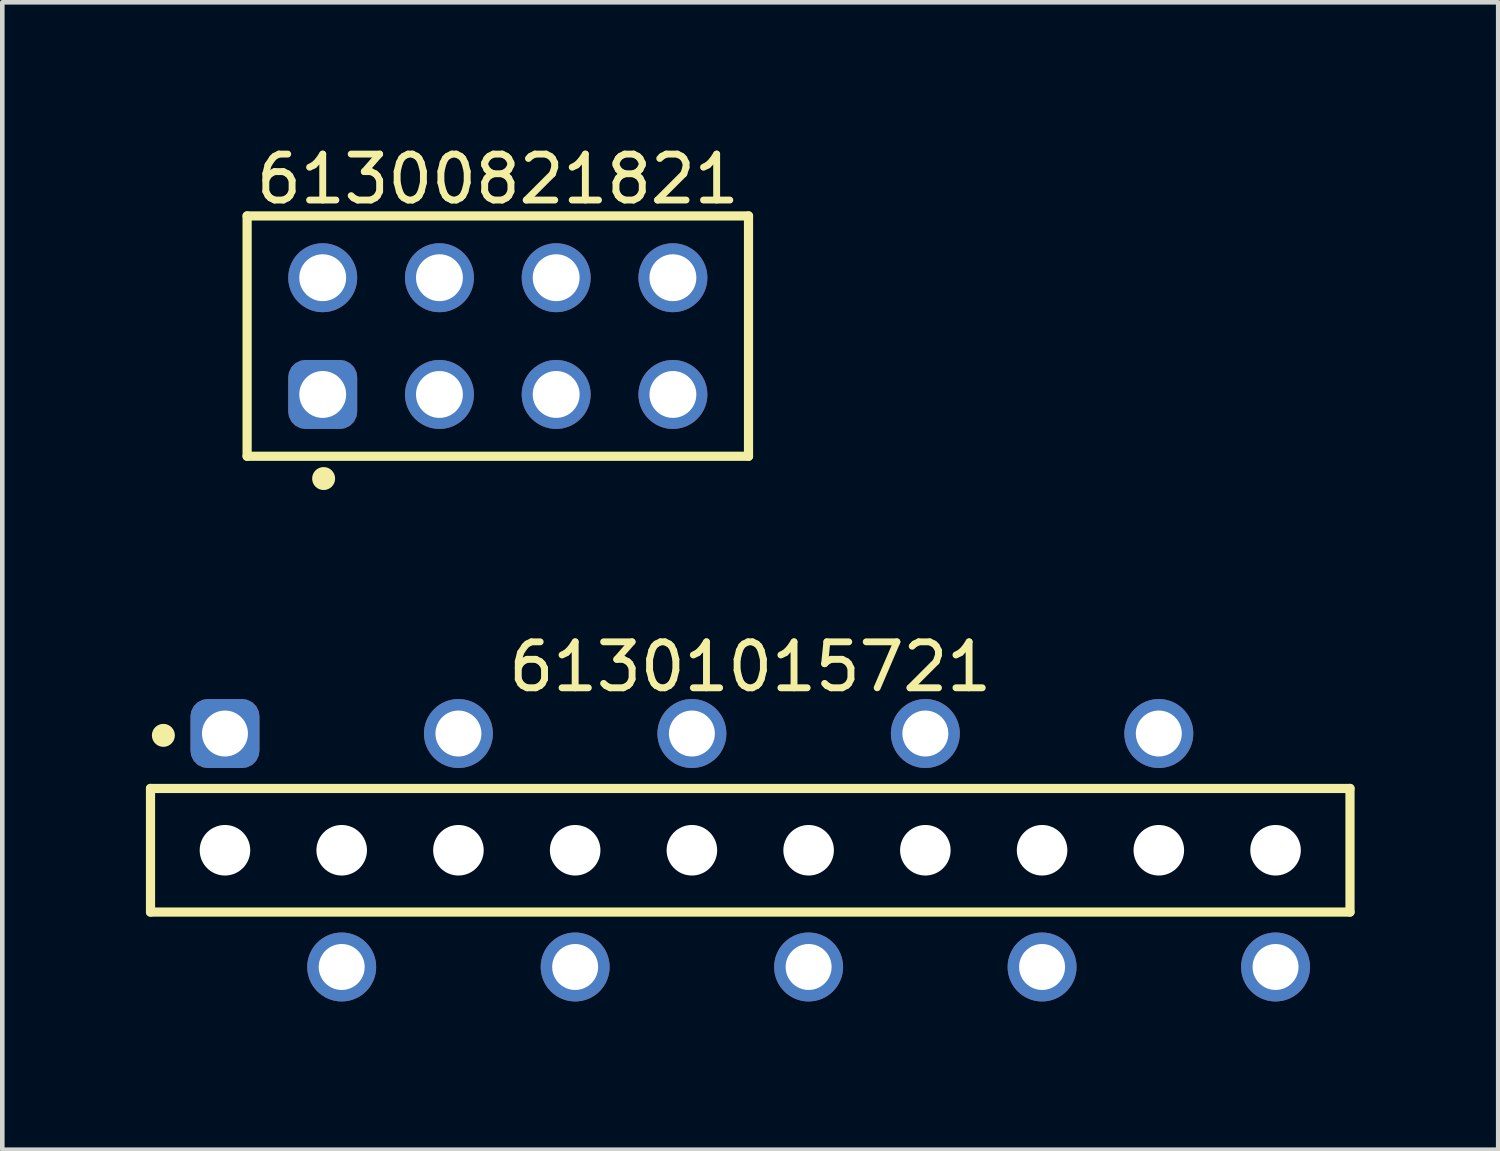
<source format=kicad_pcb>
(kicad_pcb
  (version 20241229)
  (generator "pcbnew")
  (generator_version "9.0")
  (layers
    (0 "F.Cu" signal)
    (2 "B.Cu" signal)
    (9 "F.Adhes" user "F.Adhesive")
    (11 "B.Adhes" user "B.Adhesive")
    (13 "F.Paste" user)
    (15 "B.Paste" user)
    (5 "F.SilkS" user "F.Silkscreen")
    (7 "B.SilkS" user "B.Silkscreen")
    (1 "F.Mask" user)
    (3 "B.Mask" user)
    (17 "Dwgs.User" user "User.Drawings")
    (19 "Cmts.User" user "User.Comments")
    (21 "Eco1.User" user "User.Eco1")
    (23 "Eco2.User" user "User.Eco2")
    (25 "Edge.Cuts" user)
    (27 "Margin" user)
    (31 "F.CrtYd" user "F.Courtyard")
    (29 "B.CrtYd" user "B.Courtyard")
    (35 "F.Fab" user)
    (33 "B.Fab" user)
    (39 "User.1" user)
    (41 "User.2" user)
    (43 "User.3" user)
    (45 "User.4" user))
  (footprint "61300821821"
    (layer "F.Cu")
    (at 7.782 4.263)
    (property "Reference" "61300821821" (at 0 -3.415 0) (layer "F.SilkS") (effects (font (size 1 1) (thickness 0.15))))
    (fp_line (start -5.455 -2.615) (end 5.455 -2.615) (stroke (width 0.2) (type solid)) (layer "F.SilkS"))
    (fp_line (start -5.455 2.615) (end -5.455 -2.615) (stroke (width 0.2) (type solid)) (layer "F.SilkS"))
    (fp_line (start -5.455 2.615) (end 5.455 2.615) (stroke (width 0.2) (type solid)) (layer "F.SilkS"))
    (fp_line (start 5.455 2.615) (end 5.455 -2.615) (stroke (width 0.2) (type solid)) (layer "F.SilkS"))
    (fp_circle (center -3.79 3.1) (end -3.79 2.975) (stroke (width 0.25) (type solid)) (fill no) (layer "F.SilkS"))
    (fp_line (start -5.655 -2.815) (end 5.655 -2.815) (stroke (width 0.05) (type solid)) (layer "Eco2.User"))
    (fp_line (start -5.655 2.815) (end -5.655 -2.815) (stroke (width 0.05) (type solid)) (layer "Eco2.User"))
    (fp_line (start -5.655 2.815) (end 5.655 2.815) (stroke (width 0.05) (type solid)) (layer "Eco2.User"))
    (fp_line (start -5.33 -2.54) (end 5.33 -2.54) (stroke (width 0.1) (type solid)) (layer "Eco2.User"))
    (fp_line (start -5.33 2.54) (end -5.33 -2.54) (stroke (width 0.1) (type solid)) (layer "Eco2.User"))
    (fp_line (start -5.33 2.54) (end 5.33 2.54) (stroke (width 0.1) (type solid)) (layer "Eco2.User"))
    (fp_line (start -0.5 0) (end 0.5 0) (stroke (width 0.05) (type solid)) (layer "Eco2.User"))
    (fp_line (start 0 0.5) (end 0 -0.5) (stroke (width 0.05) (type solid)) (layer "Eco2.User"))
    (fp_line (start 5.33 2.54) (end 5.33 -2.54) (stroke (width 0.1) (type solid)) (layer "Eco2.User"))
    (fp_line (start 5.655 2.815) (end 5.655 -2.815) (stroke (width 0.05) (type solid)) (layer "Eco2.User"))
    (fp_text user "${REFERENCE}" (at 0.15 -0.197 0) (unlocked yes) (layer "User.3") (effects (font (size 1.5 1.5) (thickness 0.15))))
    (pad "1" thru_hole roundrect (at -3.81 1.27) (size 1.5 1.5) (drill 1.02) (layers "*.Cu" "*.Mask") (roundrect_rratio 0.25))
    (pad "2" thru_hole circle (at -3.81 -1.27) (size 1.5 1.5) (drill 1.02) (layers "*.Cu" "*.Mask"))
    (pad "3" thru_hole circle (at -1.27 1.27) (size 1.5 1.5) (drill 1.02) (layers "*.Cu" "*.Mask"))
    (pad "4" thru_hole circle (at -1.27 -1.27) (size 1.5 1.5) (drill 1.02) (layers "*.Cu" "*.Mask"))
    (pad "5" thru_hole circle (at 1.27 1.27) (size 1.5 1.5) (drill 1.02) (layers "*.Cu" "*.Mask"))
    (pad "6" thru_hole circle (at 1.27 -1.27) (size 1.5 1.5) (drill 1.02) (layers "*.Cu" "*.Mask"))
    (pad "7" thru_hole circle (at 3.81 1.27) (size 1.5 1.5) (drill 1.02) (layers "*.Cu" "*.Mask"))
    (pad "8" thru_hole circle (at 3.81 -1.27) (size 1.5 1.5) (drill 1.02) (layers "*.Cu" "*.Mask")))
  (footprint "61301015721"
    (layer "F.Cu")
    (at 13.275 15.451)
    (property "Reference" "61301015721" (at 0 -3.99 0) (layer "F.SilkS") (effects (font (size 1 1) (thickness 0.15))))
    (fp_line (start -13.05 -1.345) (end 13.05 -1.345) (stroke (width 0.2) (type solid)) (layer "F.SilkS"))
    (fp_line (start -13.05 1.345) (end -13.05 -1.345) (stroke (width 0.2) (type solid)) (layer "F.SilkS"))
    (fp_line (start -13.05 1.345) (end 13.05 1.345) (stroke (width 0.2) (type solid)) (layer "F.SilkS"))
    (fp_line (start 13.05 1.345) (end 13.05 -1.345) (stroke (width 0.2) (type solid)) (layer "F.SilkS"))
    (fp_circle (center -12.77 -2.5) (end -12.77 -2.625) (stroke (width 0.25) (type solid)) (fill no) (layer "F.SilkS"))
    (fp_line (start -13.25 -3.49) (end 13.25 -3.49) (stroke (width 0.05) (type solid)) (layer "Eco2.User"))
    (fp_line (start -13.25 3.49) (end -13.25 -3.49) (stroke (width 0.05) (type solid)) (layer "Eco2.User"))
    (fp_line (start -13.25 3.49) (end 13.25 3.49) (stroke (width 0.05) (type solid)) (layer "Eco2.User"))
    (fp_line (start -12.95 -1.27) (end 12.95 -1.27) (stroke (width 0.1) (type solid)) (layer "Eco2.User"))
    (fp_line (start -12.95 1.27) (end -12.95 -1.27) (stroke (width 0.1) (type solid)) (layer "Eco2.User"))
    (fp_line (start -12.95 1.27) (end 12.95 1.27) (stroke (width 0.1) (type solid)) (layer "Eco2.User"))
    (fp_line (start -11.83 -2.665) (end -11.03 -2.665) (stroke (width 0.1) (type solid)) (layer "Eco2.User"))
    (fp_line (start -11.83 -1.27) (end -11.83 -2.665) (stroke (width 0.1) (type solid)) (layer "Eco2.User"))
    (fp_line (start -11.03 -1.27) (end -11.03 -2.665) (stroke (width 0.1) (type solid)) (layer "Eco2.User"))
    (fp_line (start -9.29 2.665) (end -9.29 1.27) (stroke (width 0.1) (type solid)) (layer "Eco2.User"))
    (fp_line (start -9.29 2.665) (end -8.49 2.665) (stroke (width 0.1) (type solid)) (layer "Eco2.User"))
    (fp_line (start -8.49 2.665) (end -8.49 1.27) (stroke (width 0.1) (type solid)) (layer "Eco2.User"))
    (fp_line (start -6.75 -2.665) (end -5.95 -2.665) (stroke (width 0.1) (type solid)) (layer "Eco2.User"))
    (fp_line (start -6.75 -1.27) (end -6.75 -2.665) (stroke (width 0.1) (type solid)) (layer "Eco2.User"))
    (fp_line (start -5.95 -1.27) (end -5.95 -2.665) (stroke (width 0.1) (type solid)) (layer "Eco2.User"))
    (fp_line (start -4.21 2.665) (end -4.21 1.27) (stroke (width 0.1) (type solid)) (layer "Eco2.User"))
    (fp_line (start -4.21 2.665) (end -3.41 2.665) (stroke (width 0.1) (type solid)) (layer "Eco2.User"))
    (fp_line (start -3.41 2.665) (end -3.41 1.27) (stroke (width 0.1) (type solid)) (layer "Eco2.User"))
    (fp_line (start -1.67 -2.665) (end -0.87 -2.665) (stroke (width 0.1) (type solid)) (layer "Eco2.User"))
    (fp_line (start -1.67 -1.27) (end -1.67 -2.665) (stroke (width 0.1) (type solid)) (layer "Eco2.User"))
    (fp_line (start -0.87 -1.27) (end -0.87 -2.665) (stroke (width 0.1) (type solid)) (layer "Eco2.User"))
    (fp_line (start -0.5 0) (end 0.5 0) (stroke (width 0.05) (type solid)) (layer "Eco2.User"))
    (fp_line (start 0 0.5) (end 0 -0.5) (stroke (width 0.05) (type solid)) (layer "Eco2.User"))
    (fp_line (start 0.87 2.665) (end 0.87 1.27) (stroke (width 0.1) (type solid)) (layer "Eco2.User"))
    (fp_line (start 0.87 2.665) (end 1.67 2.665) (stroke (width 0.1) (type solid)) (layer "Eco2.User"))
    (fp_line (start 1.67 2.665) (end 1.67 1.27) (stroke (width 0.1) (type solid)) (layer "Eco2.User"))
    (fp_line (start 3.41 -2.665) (end 4.21 -2.665) (stroke (width 0.1) (type solid)) (layer "Eco2.User"))
    (fp_line (start 3.41 -1.27) (end 3.41 -2.665) (stroke (width 0.1) (type solid)) (layer "Eco2.User"))
    (fp_line (start 4.21 -1.27) (end 4.21 -2.665) (stroke (width 0.1) (type solid)) (layer "Eco2.User"))
    (fp_line (start 5.95 2.665) (end 5.95 1.27) (stroke (width 0.1) (type solid)) (layer "Eco2.User"))
    (fp_line (start 5.95 2.665) (end 6.75 2.665) (stroke (width 0.1) (type solid)) (layer "Eco2.User"))
    (fp_line (start 6.75 2.665) (end 6.75 1.27) (stroke (width 0.1) (type solid)) (layer "Eco2.User"))
    (fp_line (start 8.49 -2.665) (end 9.29 -2.665) (stroke (width 0.1) (type solid)) (layer "Eco2.User"))
    (fp_line (start 8.49 -1.27) (end 8.49 -2.665) (stroke (width 0.1) (type solid)) (layer "Eco2.User"))
    (fp_line (start 9.29 -1.27) (end 9.29 -2.665) (stroke (width 0.1) (type solid)) (layer "Eco2.User"))
    (fp_line (start 11.03 2.665) (end 11.03 1.27) (stroke (width 0.1) (type solid)) (layer "Eco2.User"))
    (fp_line (start 11.03 2.665) (end 11.83 2.665) (stroke (width 0.1) (type solid)) (layer "Eco2.User"))
    (fp_line (start 11.83 2.665) (end 11.83 1.27) (stroke (width 0.1) (type solid)) (layer "Eco2.User"))
    (fp_line (start 12.95 1.27) (end 12.95 -1.27) (stroke (width 0.1) (type solid)) (layer "Eco2.User"))
    (fp_line (start 13.25 3.49) (end 13.25 -3.49) (stroke (width 0.05) (type solid)) (layer "Eco2.User"))
    (fp_text user "${REFERENCE}" (at 0.15 -0.197 0) (unlocked yes) (layer "User.3") (effects (font (size 1.5 1.5) (thickness 0.15))))
    (pad "" np_thru_hole circle (at -11.43 0 180) (size 1.1 1.1) (drill 1.1) (layers "*.Cu" "*.Mask"))
    (pad "" np_thru_hole circle (at -8.89 0 180) (size 1.1 1.1) (drill 1.1) (layers "*.Cu" "*.Mask"))
    (pad "" np_thru_hole circle (at -6.35 0 180) (size 1.1 1.1) (drill 1.1) (layers "*.Cu" "*.Mask"))
    (pad "" np_thru_hole circle (at -3.81 0 180) (size 1.1 1.1) (drill 1.1) (layers "*.Cu" "*.Mask"))
    (pad "" np_thru_hole circle (at -1.27 0 180) (size 1.1 1.1) (drill 1.1) (layers "*.Cu" "*.Mask"))
    (pad "" np_thru_hole circle (at 1.27 0 180) (size 1.1 1.1) (drill 1.1) (layers "*.Cu" "*.Mask"))
    (pad "" np_thru_hole circle (at 3.81 0 180) (size 1.1 1.1) (drill 1.1) (layers "*.Cu" "*.Mask"))
    (pad "" np_thru_hole circle (at 6.35 0 180) (size 1.1 1.1) (drill 1.1) (layers "*.Cu" "*.Mask"))
    (pad "" np_thru_hole circle (at 8.89 0 180) (size 1.1 1.1) (drill 1.1) (layers "*.Cu" "*.Mask"))
    (pad "" np_thru_hole circle (at 11.43 0 180) (size 1.1 1.1) (drill 1.1) (layers "*.Cu" "*.Mask"))
    (pad "1" thru_hole roundrect (at -11.43 -2.54 180) (size 1.5 1.5) (drill 1) (layers "*.Cu" "*.Mask") (roundrect_rratio 0.25))
    (pad "2" thru_hole circle (at -8.89 2.54 180) (size 1.5 1.5) (drill 1) (layers "*.Cu" "*.Mask"))
    (pad "3" thru_hole circle (at -6.35 -2.54 180) (size 1.5 1.5) (drill 1) (layers "*.Cu" "*.Mask"))
    (pad "4" thru_hole circle (at -3.81 2.54 180) (size 1.5 1.5) (drill 1) (layers "*.Cu" "*.Mask"))
    (pad "5" thru_hole circle (at -1.27 -2.54 180) (size 1.5 1.5) (drill 1) (layers "*.Cu" "*.Mask"))
    (pad "6" thru_hole circle (at 1.27 2.54 180) (size 1.5 1.5) (drill 1) (layers "*.Cu" "*.Mask"))
    (pad "7" thru_hole circle (at 3.81 -2.54 180) (size 1.5 1.5) (drill 1) (layers "*.Cu" "*.Mask"))
    (pad "8" thru_hole circle (at 6.35 2.54 180) (size 1.5 1.5) (drill 1) (layers "*.Cu" "*.Mask"))
    (pad "9" thru_hole circle (at 8.89 -2.54 180) (size 1.5 1.5) (drill 1) (layers "*.Cu" "*.Mask"))
    (pad "10" thru_hole circle (at 11.43 2.54 180) (size 1.5 1.5) (drill 1) (layers "*.Cu" "*.Mask")))
  (gr_rect
    (start -3 -3)
    (end 29.55 21.966)
    (stroke (width 0.1) (type default))
    (fill no)
    (layer "Edge.Cuts")))
</source>
